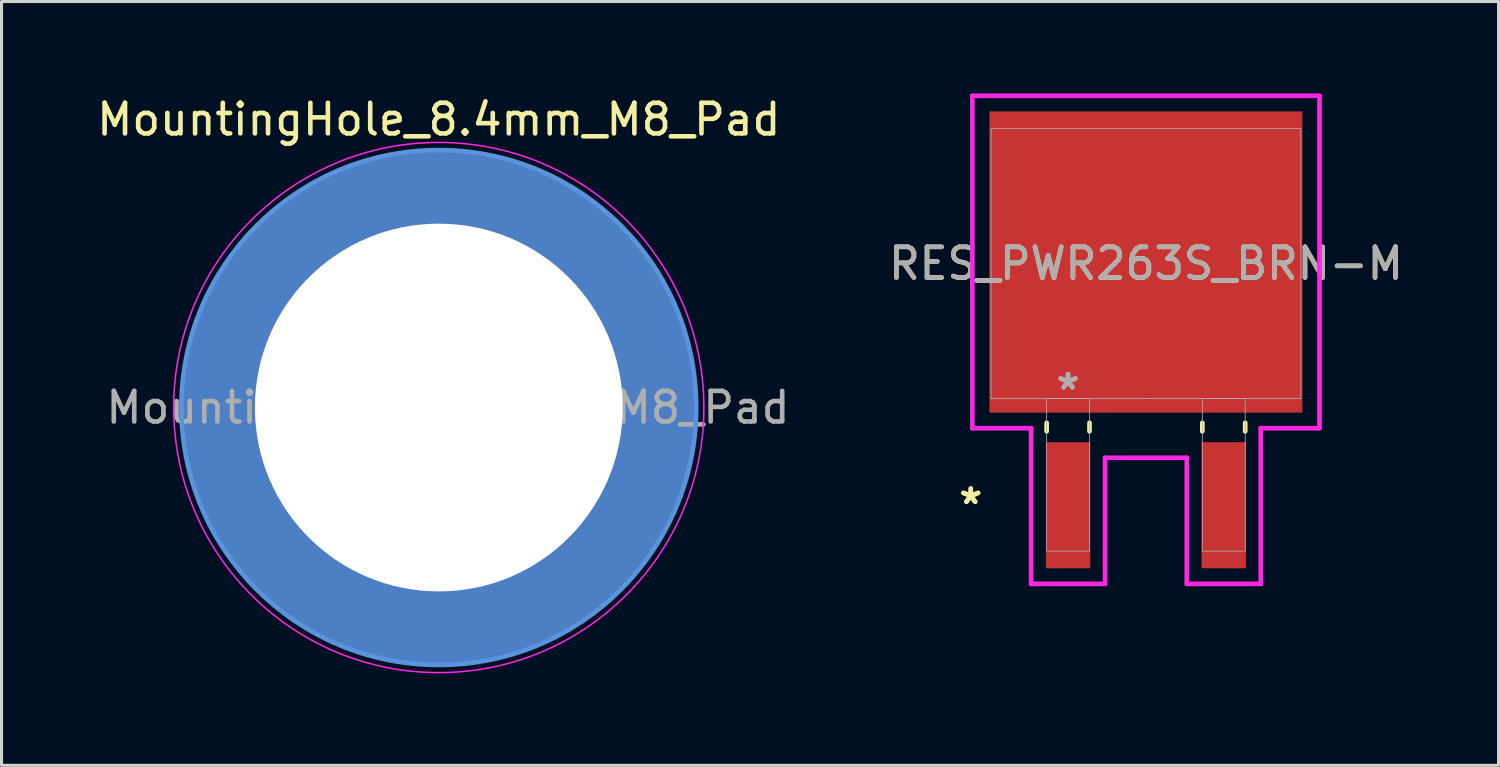
<source format=kicad_pcb>
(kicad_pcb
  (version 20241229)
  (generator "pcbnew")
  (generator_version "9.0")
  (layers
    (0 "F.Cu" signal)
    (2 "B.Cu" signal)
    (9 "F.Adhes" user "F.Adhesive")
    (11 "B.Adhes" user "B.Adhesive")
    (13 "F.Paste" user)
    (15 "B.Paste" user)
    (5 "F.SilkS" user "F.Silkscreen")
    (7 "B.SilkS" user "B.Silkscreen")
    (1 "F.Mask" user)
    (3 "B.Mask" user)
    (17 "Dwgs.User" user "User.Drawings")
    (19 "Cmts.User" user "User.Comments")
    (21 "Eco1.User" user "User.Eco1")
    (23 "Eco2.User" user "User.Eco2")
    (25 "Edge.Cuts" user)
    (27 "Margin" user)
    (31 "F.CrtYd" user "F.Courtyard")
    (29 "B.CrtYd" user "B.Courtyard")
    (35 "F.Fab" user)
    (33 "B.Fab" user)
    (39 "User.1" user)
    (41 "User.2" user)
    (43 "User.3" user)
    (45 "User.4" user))
  (footprint "MountingHole_8.4mm_M8_Pad"
    (layer "F.Cu")
    (at 11.268 10.248)
    (property "Reference" "MountingHole_8.4mm_M8_Pad" (at 0 -9.4 0) (layer "F.SilkS") (effects (font (size 1 1) (thickness 0.15))))
    (attr exclude_from_pos_files exclude_from_bom)
    (fp_circle (center 0 0) (end 8.4 0) (stroke (width 0.15) (type solid)) (fill no) (layer "Cmts.User"))
    (fp_circle (center 0 0) (end 8.65 0) (stroke (width 0.05) (type solid)) (fill no) (layer "F.CrtYd"))
    (fp_text user "${REFERENCE}" (at 0.3 0 0) (layer "F.Fab") (effects (font (size 1 1) (thickness 0.15))))
    (pad "1" thru_hole circle (at 0 0) (size 16.8 16.8) (drill 12) (layers "*.Cu" "*.Mask")))
  (footprint "RES_PWR263S_BRN-M"
    (layer "F.Cu")
    (at 34.342 5.55)
    (property "Reference" "RES_PWR263S_BRN-M" (at 0 0 0) (unlocked yes) (layer "F.SilkS") (effects (font (size 1 1) (thickness 0.15))))
    (attr smd)
    (fp_line (start -3.239 5.197) (end -3.239 5.474) (stroke (width 0.152) (type solid)) (layer "F.SilkS"))
    (fp_line (start -1.841 5.197) (end -1.841 5.474) (stroke (width 0.152) (type solid)) (layer "F.SilkS"))
    (fp_line (start 1.841 5.197) (end 1.841 5.474) (stroke (width 0.152) (type solid)) (layer "F.SilkS"))
    (fp_line (start 3.239 5.197) (end 3.239 5.474) (stroke (width 0.152) (type solid)) (layer "F.SilkS"))
    (fp_line (start -5.664 -5.474) (end 5.664 -5.474) (stroke (width 0.152) (type solid)) (layer "F.CrtYd"))
    (fp_line (start -5.664 5.372) (end -5.664 -5.474) (stroke (width 0.152) (type solid)) (layer "F.CrtYd"))
    (fp_line (start -3.747 5.372) (end -5.664 5.372) (stroke (width 0.152) (type solid)) (layer "F.CrtYd"))
    (fp_line (start -3.747 10.452) (end -3.747 5.372) (stroke (width 0.152) (type solid)) (layer "F.CrtYd"))
    (fp_line (start -1.333 6.337) (end -1.333 10.452) (stroke (width 0.152) (type solid)) (layer "F.CrtYd"))
    (fp_line (start -1.333 10.452) (end -3.747 10.452) (stroke (width 0.152) (type solid)) (layer "F.CrtYd"))
    (fp_line (start 1.333 6.337) (end -1.333 6.337) (stroke (width 0.152) (type solid)) (layer "F.CrtYd"))
    (fp_line (start 1.333 10.452) (end 1.333 6.337) (stroke (width 0.152) (type solid)) (layer "F.CrtYd"))
    (fp_line (start 3.747 5.372) (end 3.747 10.452) (stroke (width 0.152) (type solid)) (layer "F.CrtYd"))
    (fp_line (start 3.747 10.452) (end 1.333 10.452) (stroke (width 0.152) (type solid)) (layer "F.CrtYd"))
    (fp_line (start 5.664 -5.474) (end 5.664 5.372) (stroke (width 0.152) (type solid)) (layer "F.CrtYd"))
    (fp_line (start 5.664 5.372) (end 3.747 5.372) (stroke (width 0.152) (type solid)) (layer "F.CrtYd"))
    (fp_line (start -5.055 -4.407) (end -5.055 4.407) (stroke (width 0.025) (type solid)) (layer "F.Fab"))
    (fp_line (start -5.055 4.407) (end 5.055 4.407) (stroke (width 0.025) (type solid)) (layer "F.Fab"))
    (fp_line (start -3.239 4.407) (end -3.239 9.385) (stroke (width 0.025) (type solid)) (layer "F.Fab"))
    (fp_line (start -3.239 9.385) (end -1.841 9.385) (stroke (width 0.025) (type solid)) (layer "F.Fab"))
    (fp_line (start -1.841 4.407) (end -3.239 4.407) (stroke (width 0.025) (type solid)) (layer "F.Fab"))
    (fp_line (start -1.841 9.385) (end -1.841 4.407) (stroke (width 0.025) (type solid)) (layer "F.Fab"))
    (fp_line (start 0 4.407) (end 0 4.407) (stroke (width 0.025) (type solid)) (layer "F.Fab"))
    (fp_line (start 0 4.407) (end 0 4.407) (stroke (width 0.025) (type solid)) (layer "F.Fab"))
    (fp_line (start 0 4.407) (end 0 4.407) (stroke (width 0.025) (type solid)) (layer "F.Fab"))
    (fp_line (start 1.841 4.407) (end 1.841 9.385) (stroke (width 0.025) (type solid)) (layer "F.Fab"))
    (fp_line (start 1.841 9.385) (end 3.239 9.385) (stroke (width 0.025) (type solid)) (layer "F.Fab"))
    (fp_line (start 3.239 4.407) (end 1.841 4.407) (stroke (width 0.025) (type solid)) (layer "F.Fab"))
    (fp_line (start 3.239 9.385) (end 3.239 4.407) (stroke (width 0.025) (type solid)) (layer "F.Fab"))
    (fp_line (start 5.055 -4.407) (end -5.055 -4.407) (stroke (width 0.025) (type solid)) (layer "F.Fab"))
    (fp_line (start 5.055 4.407) (end 5.055 -4.407) (stroke (width 0.025) (type solid)) (layer "F.Fab"))
    (fp_text user "*" (at -5.715 7.887 0) (unlocked yes) (layer "F.SilkS") (effects (font (size 1 1) (thickness 0.15))))
    (fp_text user "*" (at -5.715 7.887 0) (layer "F.SilkS") (effects (font (size 1 1) (thickness 0.15))))
    (fp_text user "${REFERENCE}" (at 0 0 0) (unlocked yes) (layer "F.Fab") (effects (font (size 1 1) (thickness 0.15))))
    (fp_text user "*" (at -2.54 4.153 0) (layer "F.Fab") (effects (font (size 1 1) (thickness 0.15))))
    (fp_text user "*" (at -2.54 4.153 0) (unlocked yes) (layer "F.Fab") (effects (font (size 1 1) (thickness 0.15))))
    (pad "1" smd rect (at -2.54 7.887) (size 1.448 4.115) (layers "F.Cu" "F.Mask" "F.Paste"))
    (pad "2" smd rect (at 0 -0.051) (size 10.211 9.83) (layers "F.Cu" "F.Mask" "F.Paste"))
    (pad "3" smd rect (at 2.54 7.887) (size 1.448 4.115) (layers "F.Cu" "F.Mask" "F.Paste")))
  (gr_rect
    (start -3 -3)
    (end 45.848 21.923)
    (stroke (width 0.1) (type default))
    (fill no)
    (layer "Edge.Cuts")))
</source>
